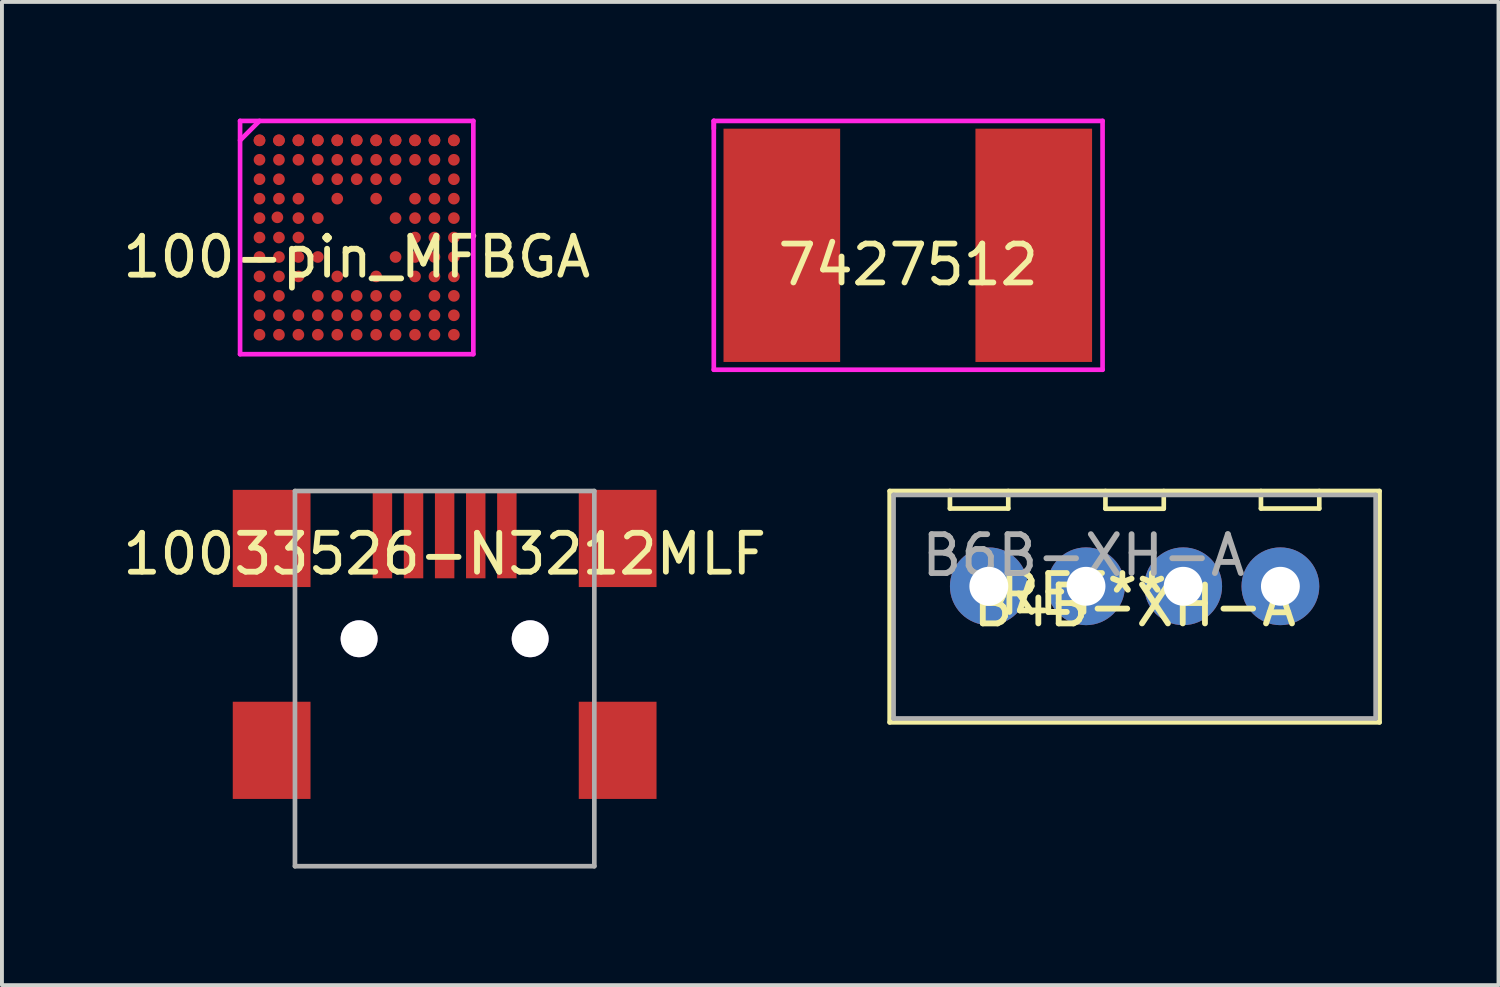
<source format=kicad_pcb>
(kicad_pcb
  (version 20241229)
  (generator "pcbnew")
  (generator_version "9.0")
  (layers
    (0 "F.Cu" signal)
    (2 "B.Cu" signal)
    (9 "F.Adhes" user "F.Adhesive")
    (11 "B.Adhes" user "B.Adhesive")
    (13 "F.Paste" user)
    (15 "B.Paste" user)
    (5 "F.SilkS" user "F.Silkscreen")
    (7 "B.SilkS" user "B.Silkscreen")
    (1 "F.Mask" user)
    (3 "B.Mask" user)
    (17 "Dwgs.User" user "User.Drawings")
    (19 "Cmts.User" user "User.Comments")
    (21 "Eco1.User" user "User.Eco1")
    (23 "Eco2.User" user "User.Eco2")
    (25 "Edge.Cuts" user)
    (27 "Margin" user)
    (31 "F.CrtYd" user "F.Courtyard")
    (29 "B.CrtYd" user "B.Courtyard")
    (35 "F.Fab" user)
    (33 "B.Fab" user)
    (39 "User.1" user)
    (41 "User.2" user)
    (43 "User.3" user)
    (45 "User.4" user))
  (footprint "100-pin_MFBGA"
    (layer "F.Cu")
    (at 6.125 3.06)
    (property "Reference" "100-pin_MFBGA" (at 0 0.5 0) (layer "F.SilkS") (effects (font (size 1 1) (thickness 0.15))))
    (attr smd)
    (fp_line (start -3 -3) (end -3 3) (stroke (width 0.12) (type solid)) (layer "F.CrtYd"))
    (fp_line (start -3 -3) (end 3 -3) (stroke (width 0.12) (type solid)) (layer "F.CrtYd"))
    (fp_line (start -3 -2.5) (end -2.5 -3) (stroke (width 0.12) (type solid)) (layer "F.CrtYd"))
    (fp_line (start 3 -3) (end 3 3) (stroke (width 0.12) (type solid)) (layer "F.CrtYd"))
    (fp_line (start 3 3) (end -3 3) (stroke (width 0.12) (type solid)) (layer "F.CrtYd"))
    (pad "A1" smd circle (at -2.5 -2.5) (size 0.3 0.3) (layers "F.Cu" "F.Mask" "F.Paste"))
    (pad "A1" smd circle (at -2.5 -2.5) (size 0.3 0.3) (layers "F.Cu" "F.Mask" "F.Paste"))
    (pad "A2" smd circle (at -2 -2.5) (size 0.3 0.3) (layers "F.Cu" "F.Mask" "F.Paste"))
    (pad "A2" smd circle (at -2 -2.5) (size 0.3 0.3) (layers "F.Cu" "F.Mask" "F.Paste"))
    (pad "A3" smd circle (at -1.5 -2.5) (size 0.3 0.3) (layers "F.Cu" "F.Mask" "F.Paste"))
    (pad "A3" smd circle (at -1.5 -2.5) (size 0.3 0.3) (layers "F.Cu" "F.Mask" "F.Paste"))
    (pad "A4" smd circle (at -1 -2.5) (size 0.3 0.3) (layers "F.Cu" "F.Mask" "F.Paste"))
    (pad "A4" smd circle (at -1 -2.5) (size 0.3 0.3) (layers "F.Cu" "F.Mask" "F.Paste"))
    (pad "A5" smd circle (at -0.5 -2.5) (size 0.3 0.3) (layers "F.Cu" "F.Mask" "F.Paste"))
    (pad "A5" smd circle (at -0.5 -2.5) (size 0.3 0.3) (layers "F.Cu" "F.Mask" "F.Paste"))
    (pad "A6" smd circle (at 0 -2.5) (size 0.3 0.3) (layers "F.Cu" "F.Mask" "F.Paste"))
    (pad "A6" smd circle (at 0 -2.5) (size 0.3 0.3) (layers "F.Cu" "F.Mask" "F.Paste"))
    (pad "A7" smd circle (at 0.5 -2.5) (size 0.3 0.3) (layers "F.Cu" "F.Mask" "F.Paste"))
    (pad "A7" smd circle (at 0.5 -2.5) (size 0.3 0.3) (layers "F.Cu" "F.Mask" "F.Paste"))
    (pad "A8" smd circle (at 1 -2.5) (size 0.3 0.3) (layers "F.Cu" "F.Mask" "F.Paste"))
    (pad "A8" smd circle (at 1 -2.5) (size 0.3 0.3) (layers "F.Cu" "F.Mask" "F.Paste"))
    (pad "A9" smd circle (at 1.5 -2.5) (size 0.3 0.3) (layers "F.Cu" "F.Mask" "F.Paste"))
    (pad "A9" smd circle (at 1.5 -2.5) (size 0.3 0.3) (layers "F.Cu" "F.Mask" "F.Paste"))
    (pad "A10" smd circle (at 2 -2.5) (size 0.3 0.3) (layers "F.Cu" "F.Mask" "F.Paste"))
    (pad "A10" smd circle (at 2 -2.5) (size 0.3 0.3) (layers "F.Cu" "F.Mask" "F.Paste"))
    (pad "A11" smd circle (at 2.5 -2.5) (size 0.3 0.3) (layers "F.Cu" "F.Mask" "F.Paste"))
    (pad "A11" smd circle (at 2.5 -2.5) (size 0.3 0.3) (layers "F.Cu" "F.Mask" "F.Paste"))
    (pad "B1" smd circle (at -2.5 -2) (size 0.3 0.3) (layers "F.Cu" "F.Mask" "F.Paste"))
    (pad "B2" smd circle (at -2 -2) (size 0.3 0.3) (layers "F.Cu" "F.Mask" "F.Paste"))
    (pad "B3" smd circle (at -1.5 -2) (size 0.3 0.3) (layers "F.Cu" "F.Mask" "F.Paste"))
    (pad "B4" smd circle (at -1 -2) (size 0.3 0.3) (layers "F.Cu" "F.Mask" "F.Paste"))
    (pad "B5" smd circle (at -0.5 -2) (size 0.3 0.3) (layers "F.Cu" "F.Mask" "F.Paste"))
    (pad "B6" smd circle (at 0 -2) (size 0.3 0.3) (layers "F.Cu" "F.Mask" "F.Paste"))
    (pad "B7" smd circle (at 0.5 -2) (size 0.3 0.3) (layers "F.Cu" "F.Mask" "F.Paste"))
    (pad "B8" smd circle (at 1 -2) (size 0.3 0.3) (layers "F.Cu" "F.Mask" "F.Paste"))
    (pad "B9" smd circle (at 1.5 -2) (size 0.3 0.3) (layers "F.Cu" "F.Mask" "F.Paste"))
    (pad "B10" smd circle (at 2 -2) (size 0.3 0.3) (layers "F.Cu" "F.Mask" "F.Paste"))
    (pad "B11" smd circle (at 2.5 -2) (size 0.3 0.3) (layers "F.Cu" "F.Mask" "F.Paste"))
    (pad "C1" smd circle (at -2.5 -1.5) (size 0.3 0.3) (layers "F.Cu" "F.Mask" "F.Paste"))
    (pad "C2" smd circle (at -2 -1.5) (size 0.3 0.3) (layers "F.Cu" "F.Mask" "F.Paste"))
    (pad "C4" smd circle (at -1 -1.5) (size 0.3 0.3) (layers "F.Cu" "F.Mask" "F.Paste"))
    (pad "C5" smd circle (at -0.5 -1.5) (size 0.3 0.3) (layers "F.Cu" "F.Mask" "F.Paste"))
    (pad "C6" smd circle (at 0 -1.5) (size 0.3 0.3) (layers "F.Cu" "F.Mask" "F.Paste"))
    (pad "C7" smd circle (at 0.5 -1.5) (size 0.3 0.3) (layers "F.Cu" "F.Mask" "F.Paste"))
    (pad "C8" smd circle (at 1 -1.5) (size 0.3 0.3) (layers "F.Cu" "F.Mask" "F.Paste"))
    (pad "C10" smd circle (at 2 -1.5) (size 0.3 0.3) (layers "F.Cu" "F.Mask" "F.Paste"))
    (pad "C11" smd circle (at 2.5 -1.5) (size 0.3 0.3) (layers "F.Cu" "F.Mask" "F.Paste"))
    (pad "D1" smd circle (at -2.5 -1) (size 0.3 0.3) (layers "F.Cu" "F.Mask" "F.Paste"))
    (pad "D2" smd circle (at -2 -1) (size 0.3 0.3) (layers "F.Cu" "F.Mask" "F.Paste"))
    (pad "D3" smd circle (at -1.5 -1) (size 0.3 0.3) (layers "F.Cu" "F.Mask" "F.Paste"))
    (pad "D5" smd circle (at -0.5 -1) (size 0.3 0.3) (layers "F.Cu" "F.Mask" "F.Paste"))
    (pad "D7" smd circle (at 0.5 -1) (size 0.3 0.3) (layers "F.Cu" "F.Mask" "F.Paste"))
    (pad "D9" smd circle (at 1.5 -1) (size 0.3 0.3) (layers "F.Cu" "F.Mask" "F.Paste"))
    (pad "D10" smd circle (at 2 -1) (size 0.3 0.3) (layers "F.Cu" "F.Mask" "F.Paste"))
    (pad "D11" smd circle (at 2.5 -1) (size 0.3 0.3) (layers "F.Cu" "F.Mask" "F.Paste"))
    (pad "E1" smd circle (at -2.5 -0.5) (size 0.3 0.3) (layers "F.Cu" "F.Mask" "F.Paste"))
    (pad "E2" smd circle (at -2.04 -0.52) (size 0.3 0.3) (layers "F.Cu" "F.Mask" "F.Paste"))
    (pad "E3" smd circle (at -1.5 -0.5) (size 0.3 0.3) (layers "F.Cu" "F.Mask" "F.Paste"))
    (pad "E4" smd circle (at -1 -0.5) (size 0.3 0.3) (layers "F.Cu" "F.Mask" "F.Paste"))
    (pad "E8" smd circle (at 1 -0.5) (size 0.3 0.3) (layers "F.Cu" "F.Mask" "F.Paste"))
    (pad "E9" smd circle (at 1.5 -0.5) (size 0.3 0.3) (layers "F.Cu" "F.Mask" "F.Paste"))
    (pad "E10" smd circle (at 2 -0.5) (size 0.3 0.3) (layers "F.Cu" "F.Mask" "F.Paste"))
    (pad "E11" smd circle (at 2.5 -0.5) (size 0.3 0.3) (layers "F.Cu" "F.Mask" "F.Paste"))
    (pad "F1" smd circle (at -2.5 0) (size 0.3 0.3) (layers "F.Cu" "F.Mask" "F.Paste"))
    (pad "F2" smd circle (at -2 0) (size 0.3 0.3) (layers "F.Cu" "F.Mask" "F.Paste"))
    (pad "F3" smd circle (at -1.5 0) (size 0.3 0.3) (layers "F.Cu" "F.Mask" "F.Paste"))
    (pad "F9" smd circle (at 1.5 0) (size 0.3 0.3) (layers "F.Cu" "F.Mask" "F.Paste"))
    (pad "F10" smd circle (at 2 0) (size 0.3 0.3) (layers "F.Cu" "F.Mask" "F.Paste"))
    (pad "F11" smd circle (at 2.5 0) (size 0.3 0.3) (layers "F.Cu" "F.Mask" "F.Paste"))
    (pad "G1" smd circle (at -2.5 0.5) (size 0.3 0.3) (layers "F.Cu" "F.Mask" "F.Paste"))
    (pad "G2" smd circle (at -2 0.5) (size 0.3 0.3) (layers "F.Cu" "F.Mask" "F.Paste"))
    (pad "G3" smd circle (at -1.5 0.5) (size 0.3 0.3) (layers "F.Cu" "F.Mask" "F.Paste"))
    (pad "G4" smd circle (at -1 0.5) (size 0.3 0.3) (layers "F.Cu" "F.Mask" "F.Paste"))
    (pad "G8" smd circle (at 1 0.5) (size 0.3 0.3) (layers "F.Cu" "F.Mask" "F.Paste"))
    (pad "G9" smd circle (at 1.5 0.5) (size 0.3 0.3) (layers "F.Cu" "F.Mask" "F.Paste"))
    (pad "G10" smd circle (at 2 0.5) (size 0.3 0.3) (layers "F.Cu" "F.Mask" "F.Paste"))
    (pad "G11" smd circle (at 2.5 0.5) (size 0.3 0.3) (layers "F.Cu" "F.Mask" "F.Paste"))
    (pad "H1" smd circle (at -2.5 1) (size 0.3 0.3) (layers "F.Cu" "F.Mask" "F.Paste"))
    (pad "H2" smd circle (at -2 1) (size 0.3 0.3) (layers "F.Cu" "F.Mask" "F.Paste"))
    (pad "H3" smd circle (at -1.5 1) (size 0.3 0.3) (layers "F.Cu" "F.Mask" "F.Paste"))
    (pad "H5" smd circle (at -0.5 1) (size 0.3 0.3) (layers "F.Cu" "F.Mask" "F.Paste"))
    (pad "H7" smd circle (at 0.5 1) (size 0.3 0.3) (layers "F.Cu" "F.Mask" "F.Paste"))
    (pad "H9" smd circle (at 1.5 1) (size 0.3 0.3) (layers "F.Cu" "F.Mask" "F.Paste"))
    (pad "H10" smd circle (at 2 1) (size 0.3 0.3) (layers "F.Cu" "F.Mask" "F.Paste"))
    (pad "H11" smd circle (at 2.5 1) (size 0.3 0.3) (layers "F.Cu" "F.Mask" "F.Paste"))
    (pad "J1" smd circle (at -2.5 1.5) (size 0.3 0.3) (layers "F.Cu" "F.Mask" "F.Paste"))
    (pad "J2" smd circle (at -2 1.5) (size 0.3 0.3) (layers "F.Cu" "F.Mask" "F.Paste"))
    (pad "J4" smd circle (at -1 1.5) (size 0.3 0.3) (layers "F.Cu" "F.Mask" "F.Paste"))
    (pad "J5" smd circle (at -0.5 1.5) (size 0.3 0.3) (layers "F.Cu" "F.Mask" "F.Paste"))
    (pad "J6" smd circle (at 0 1.5) (size 0.3 0.3) (layers "F.Cu" "F.Mask" "F.Paste"))
    (pad "J7" smd circle (at 0.5 1.5) (size 0.3 0.3) (layers "F.Cu" "F.Mask" "F.Paste"))
    (pad "J8" smd circle (at 1 1.5) (size 0.3 0.3) (layers "F.Cu" "F.Mask" "F.Paste"))
    (pad "J10" smd circle (at 2 1.5) (size 0.3 0.3) (layers "F.Cu" "F.Mask" "F.Paste"))
    (pad "J11" smd circle (at 2.5 1.5) (size 0.3 0.3) (layers "F.Cu" "F.Mask" "F.Paste"))
    (pad "K1" smd circle (at -2.5 2) (size 0.3 0.3) (layers "F.Cu" "F.Mask" "F.Paste"))
    (pad "K2" smd circle (at -2 2) (size 0.3 0.3) (layers "F.Cu" "F.Mask" "F.Paste"))
    (pad "K3" smd circle (at -1.5 2) (size 0.3 0.3) (layers "F.Cu" "F.Mask" "F.Paste"))
    (pad "K4" smd circle (at -1 2) (size 0.3 0.3) (layers "F.Cu" "F.Mask" "F.Paste"))
    (pad "K5" smd circle (at -0.5 2) (size 0.3 0.3) (layers "F.Cu" "F.Mask" "F.Paste"))
    (pad "K6" smd circle (at 0 2) (size 0.3 0.3) (layers "F.Cu" "F.Mask" "F.Paste"))
    (pad "K7" smd circle (at 0.5 2) (size 0.3 0.3) (layers "F.Cu" "F.Mask" "F.Paste"))
    (pad "K8" smd circle (at 1 2) (size 0.3 0.3) (layers "F.Cu" "F.Mask" "F.Paste"))
    (pad "K9" smd circle (at 1.5 2) (size 0.3 0.3) (layers "F.Cu" "F.Mask" "F.Paste"))
    (pad "K10" smd circle (at 2 2) (size 0.3 0.3) (layers "F.Cu" "F.Mask" "F.Paste"))
    (pad "K11" smd circle (at 2.5 2) (size 0.3 0.3) (layers "F.Cu" "F.Mask" "F.Paste"))
    (pad "L1" smd circle (at -2.5 2.5) (size 0.3 0.3) (layers "F.Cu" "F.Mask" "F.Paste"))
    (pad "L2" smd circle (at -2 2.5) (size 0.3 0.3) (layers "F.Cu" "F.Mask" "F.Paste"))
    (pad "L3" smd circle (at -1.5 2.5) (size 0.3 0.3) (layers "F.Cu" "F.Mask" "F.Paste"))
    (pad "L4" smd circle (at -1 2.5) (size 0.3 0.3) (layers "F.Cu" "F.Mask" "F.Paste"))
    (pad "L5" smd circle (at -0.5 2.5) (size 0.3 0.3) (layers "F.Cu" "F.Mask" "F.Paste"))
    (pad "L6" smd circle (at 0 2.5) (size 0.3 0.3) (layers "F.Cu" "F.Mask" "F.Paste"))
    (pad "L7" smd circle (at 0.5 2.5) (size 0.3 0.3) (layers "F.Cu" "F.Mask" "F.Paste"))
    (pad "L8" smd circle (at 1 2.5) (size 0.3 0.3) (layers "F.Cu" "F.Mask" "F.Paste"))
    (pad "L9" smd circle (at 1.5 2.5) (size 0.3 0.3) (layers "F.Cu" "F.Mask" "F.Paste"))
    (pad "L10" smd circle (at 2 2.5) (size 0.3 0.3) (layers "F.Cu" "F.Mask" "F.Paste"))
    (pad "L11" smd circle (at 2.5 2.5) (size 0.3 0.3) (layers "F.Cu" "F.Mask" "F.Paste")))
  (footprint "7427512"
    (layer "F.Cu")
    (at 20.31 3.26)
    (property "Reference" "7427512" (at 0 0.5 0) (layer "F.SilkS") (effects (font (size 1 1) (thickness 0.15))))
    (attr through_hole)
    (fp_line (start -5 -3.2) (end -5 -3) (stroke (width 0.12) (type solid)) (layer "F.CrtYd"))
    (fp_line (start -5 -3.2) (end -5 3.2) (stroke (width 0.12) (type solid)) (layer "F.CrtYd"))
    (fp_line (start -5 3.2) (end 5 3.2) (stroke (width 0.12) (type solid)) (layer "F.CrtYd"))
    (fp_line (start 5 -3.2) (end -5 -3.2) (stroke (width 0.12) (type solid)) (layer "F.CrtYd"))
    (fp_line (start 5 3.2) (end 5 -3.2) (stroke (width 0.12) (type solid)) (layer "F.CrtYd"))
    (pad "1" smd rect (at -3.25 0) (size 3 6) (layers "F.Cu" "F.Mask" "F.Paste"))
    (pad "2" smd rect (at 3.23 0) (size 3 6) (layers "F.Cu" "F.Mask" "F.Paste")))
  (footprint "B4B-XH-A"
    (layer "F.Cu")
    (at 26.134 12.03)
    (property "Reference" "B4B-XH-A" (at 0 0.5 0) (layer "F.SilkS") (effects (font (size 1 1) (thickness 0.15))))
    (attr through_hole)
    (fp_line (start -6.3 -2.45) (end -6.3 3.5) (stroke (width 0.12) (type solid)) (layer "F.SilkS"))
    (fp_line (start -6.3 3.5) (end 6.3 3.5) (stroke (width 0.12) (type solid)) (layer "F.SilkS"))
    (fp_line (start -4.75 -2.45) (end -4.75 -2) (stroke (width 0.12) (type solid)) (layer "F.SilkS"))
    (fp_line (start -4.75 -2) (end -3.25 -2) (stroke (width 0.12) (type solid)) (layer "F.SilkS"))
    (fp_line (start -3.25 -2) (end -3.25 -2.45) (stroke (width 0.12) (type solid)) (layer "F.SilkS"))
    (fp_line (start -0.751 -1.994) (end 0.749 -1.994) (stroke (width 0.12) (type solid)) (layer "F.SilkS"))
    (fp_line (start -0.75 -2.45) (end -0.75 -2) (stroke (width 0.12) (type solid)) (layer "F.SilkS"))
    (fp_line (start 0.75 -2) (end 0.75 -2.45) (stroke (width 0.12) (type solid)) (layer "F.SilkS"))
    (fp_line (start 3.25 -2.45) (end 3.25 -2) (stroke (width 0.12) (type solid)) (layer "F.SilkS"))
    (fp_line (start 3.25 -2) (end 4.75 -2) (stroke (width 0.12) (type solid)) (layer "F.SilkS"))
    (fp_line (start 4.75 -2) (end 4.75 -2.45) (stroke (width 0.12) (type solid)) (layer "F.SilkS"))
    (fp_line (start 6.3 -2.45) (end -6.3 -2.45) (stroke (width 0.12) (type solid)) (layer "F.SilkS"))
    (fp_line (start 6.3 3.5) (end 6.3 -2.45) (stroke (width 0.12) (type solid)) (layer "F.SilkS"))
    (fp_line (start -6.2 -2.35) (end -6.2 3.4) (stroke (width 0.12) (type solid)) (layer "F.Fab"))
    (fp_line (start -6.2 -2.35) (end 6.2 -2.35) (stroke (width 0.12) (type solid)) (layer "F.Fab"))
    (fp_line (start -6.2 3.4) (end 6.2 3.4) (stroke (width 0.12) (type solid)) (layer "F.Fab"))
    (fp_line (start 6.2 -2.35) (end 6.2 3.4) (stroke (width 0.12) (type solid)) (layer "F.Fab"))
    (fp_text user "REF**" (at -1.316 0.205 0) (layer "F.SilkS") (effects (font (size 1 1) (thickness 0.15))))
    (fp_text user "B6B-XH-A" (at -1.316 -0.795 0) (layer "F.Fab") (effects (font (size 1 1) (thickness 0.15))))
    (pad "1" thru_hole circle (at -3.75 0) (size 2 2) (drill 1) (layers "*.Cu" "*.Mask"))
    (pad "2" thru_hole circle (at -1.25 0) (size 2 2) (drill 1) (layers "*.Cu" "*.Mask"))
    (pad "3" thru_hole circle (at 1.25 0) (size 2 2) (drill 1) (layers "*.Cu" "*.Mask"))
    (pad "4" thru_hole circle (at 3.75 0) (size 2 2) (drill 1) (layers "*.Cu" "*.Mask")))
  (footprint "10033526-N3212MLF"
    (layer "F.Cu")
    (at 8.387 10.7)
    (property "Reference" "10033526-N3212MLF" (at 0 0.5 0) (layer "F.SilkS") (effects (font (size 1 1) (thickness 0.15))))
    (attr through_hole)
    (fp_line (start -3.85 -1.12) (end -3.85 8.53) (stroke (width 0.12) (type solid)) (layer "F.Fab"))
    (fp_line (start -3.85 8.53) (end 3.85 8.53) (stroke (width 0.12) (type solid)) (layer "F.Fab"))
    (fp_line (start 3.85 -1.12) (end -3.85 -1.12) (stroke (width 0.12) (type solid)) (layer "F.Fab"))
    (fp_line (start 3.85 8.53) (end 3.85 -1.12) (stroke (width 0.12) (type solid)) (layer "F.Fab"))
    (pad "0" thru_hole circle (at -2.2 2.68) (size 0.95 0.95) (drill 0.95) (layers "*.Cu" "*.Mask"))
    (pad "0" thru_hole circle (at 2.2 2.68) (size 0.95 0.95) (drill 0.95) (layers "*.Cu" "*.Mask"))
    (pad "1" smd rect (at -1.6 0) (size 0.5 2.25) (layers "F.Cu" "F.Mask" "F.Paste"))
    (pad "2" smd rect (at -0.8 0) (size 0.5 2.25) (layers "F.Cu" "F.Mask" "F.Paste"))
    (pad "3" smd rect (at 0 0) (size 0.5 2.25) (layers "F.Cu" "F.Mask" "F.Paste"))
    (pad "4" smd rect (at 0.8 0) (size 0.5 2.25) (layers "F.Cu" "F.Mask" "F.Paste"))
    (pad "5" smd rect (at 1.6 0) (size 0.5 2.25) (layers "F.Cu" "F.Mask" "F.Paste"))
    (pad "6" smd rect (at -4.45 0.1) (size 2 2.5) (layers "F.Cu" "F.Mask" "F.Paste"))
    (pad "6" smd rect (at -4.45 5.55) (size 2 2.5) (layers "F.Cu" "F.Mask" "F.Paste"))
    (pad "6" smd rect (at 4.45 0.1) (size 2 2.5) (layers "F.Cu" "F.Mask" "F.Paste"))
    (pad "6" smd rect (at 4.45 5.55) (size 2 2.5) (layers "F.Cu" "F.Mask" "F.Paste")))
  (gr_rect
    (start -3 -3)
    (end 35.494 22.29)
    (stroke (width 0.1) (type default))
    (fill no)
    (layer "Edge.Cuts")))
</source>
